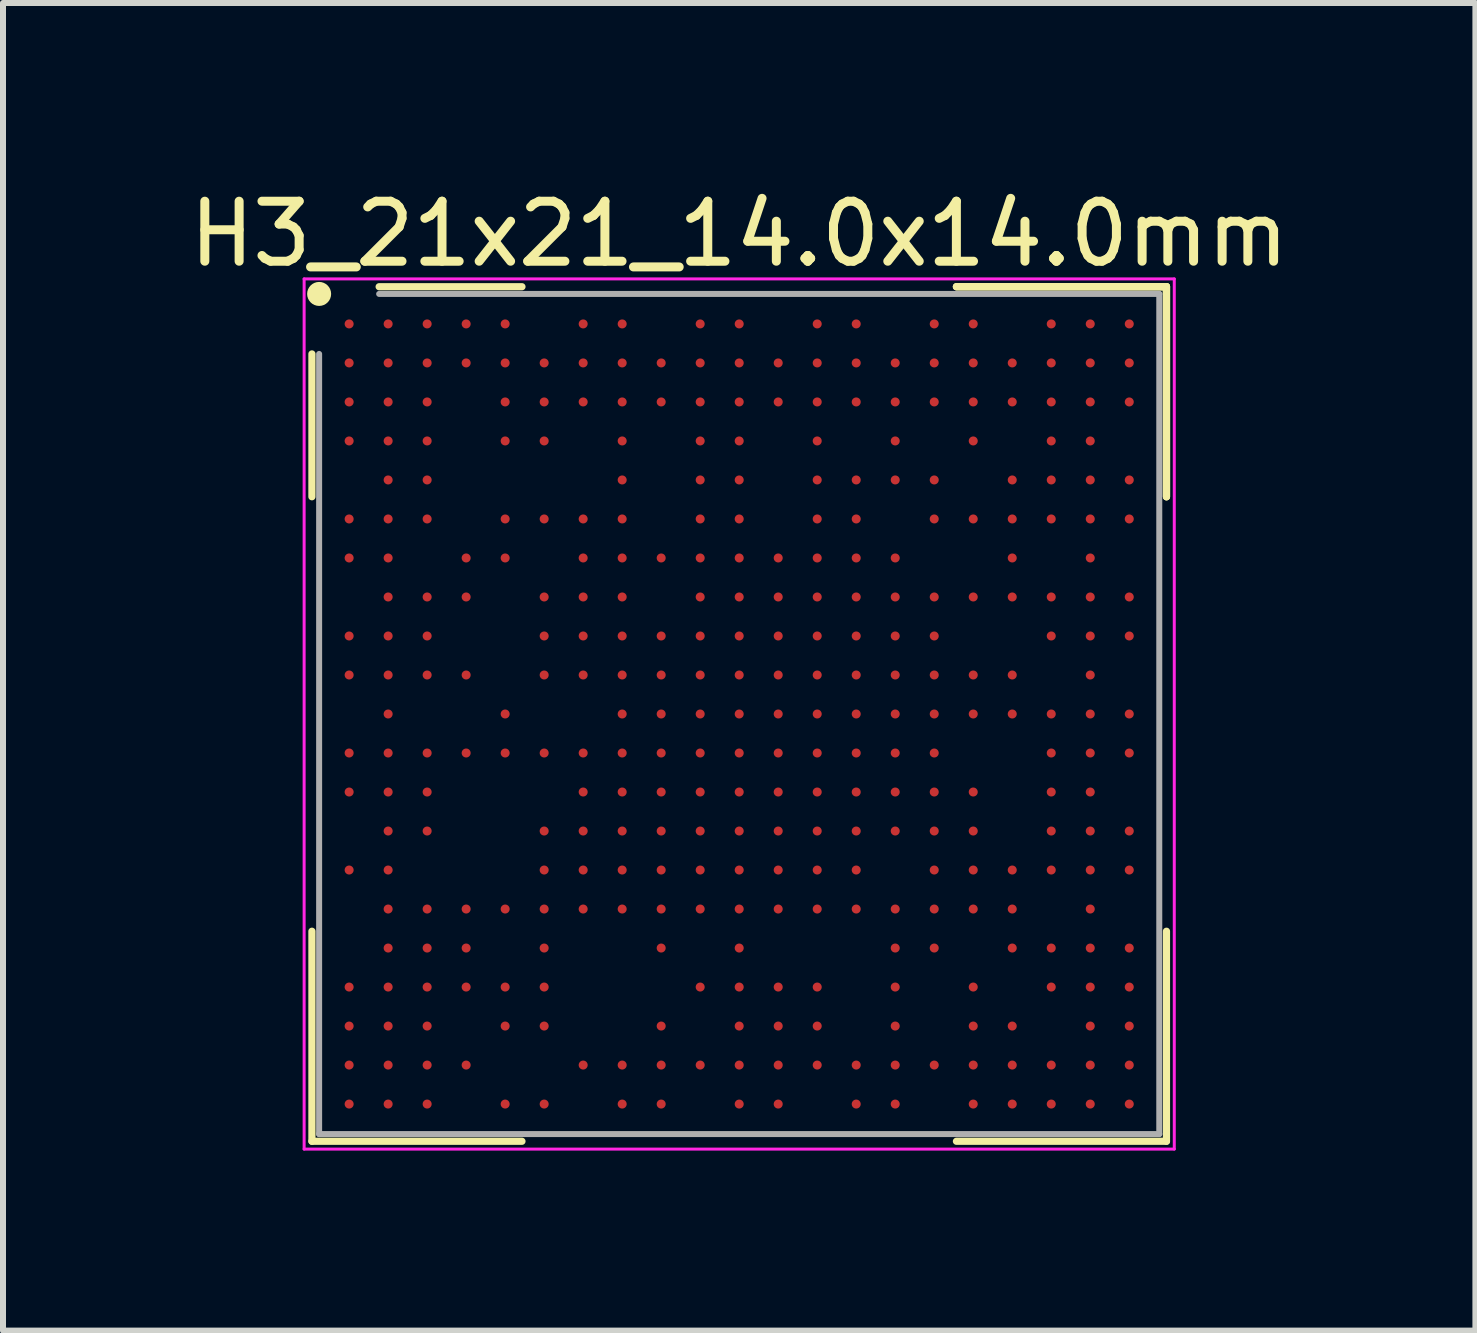
<source format=kicad_pcb>
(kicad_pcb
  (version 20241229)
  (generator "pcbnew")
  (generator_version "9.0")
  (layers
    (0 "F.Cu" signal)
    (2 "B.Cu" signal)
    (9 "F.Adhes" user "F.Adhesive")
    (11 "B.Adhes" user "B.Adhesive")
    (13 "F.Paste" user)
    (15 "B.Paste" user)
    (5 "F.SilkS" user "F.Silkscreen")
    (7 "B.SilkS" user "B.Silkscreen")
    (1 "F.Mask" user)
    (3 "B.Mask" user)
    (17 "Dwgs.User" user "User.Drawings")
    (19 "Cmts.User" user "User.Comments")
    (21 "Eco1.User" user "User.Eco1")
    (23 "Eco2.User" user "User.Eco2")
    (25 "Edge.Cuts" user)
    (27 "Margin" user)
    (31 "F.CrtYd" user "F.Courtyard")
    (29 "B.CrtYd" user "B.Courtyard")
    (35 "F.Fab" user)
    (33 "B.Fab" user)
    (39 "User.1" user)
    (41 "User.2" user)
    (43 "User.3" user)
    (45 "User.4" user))
  (footprint "H3_21x21_14.0x14.0mm"
    (layer "F.Cu")
    (at 9.268 8.848)
    (property "Reference" "H3_21x21_14.0x14.0mm" (at 0 -8 0) (layer "F.SilkS") (effects (font (size 1 1) (thickness 0.15))))
    (attr smd)
    (fp_line (start -7.12 -6) (end -7.12 -3.62) (stroke (width 0.12) (type solid)) (layer "F.SilkS"))
    (fp_line (start -7.12 7.12) (end -7.12 3.62) (stroke (width 0.12) (type solid)) (layer "F.SilkS"))
    (fp_line (start -3.62 -7.12) (end -6 -7.12) (stroke (width 0.12) (type solid)) (layer "F.SilkS"))
    (fp_line (start -3.62 7.12) (end -7.12 7.12) (stroke (width 0.12) (type solid)) (layer "F.SilkS"))
    (fp_line (start 3.62 -7.12) (end 7.12 -7.12) (stroke (width 0.12) (type solid)) (layer "F.SilkS"))
    (fp_line (start 3.62 -7.12) (end 7.12 -7.12) (stroke (width 0.12) (type solid)) (layer "F.SilkS"))
    (fp_line (start 3.62 -7.12) (end 7.12 -7.12) (stroke (width 0.12) (type solid)) (layer "F.SilkS"))
    (fp_line (start 3.62 7.12) (end 7.12 7.12) (stroke (width 0.12) (type solid)) (layer "F.SilkS"))
    (fp_line (start 7.12 -7.12) (end 7.12 -3.62) (stroke (width 0.12) (type solid)) (layer "F.SilkS"))
    (fp_line (start 7.12 -7.12) (end 7.12 -3.62) (stroke (width 0.12) (type solid)) (layer "F.SilkS"))
    (fp_line (start 7.12 -7.12) (end 7.12 -3.62) (stroke (width 0.12) (type solid)) (layer "F.SilkS"))
    (fp_line (start 7.12 7.12) (end 7.12 3.62) (stroke (width 0.12) (type solid)) (layer "F.SilkS"))
    (fp_circle (center -7 -7) (end -7 -6.9) (stroke (width 0.2) (type solid)) (fill no) (layer "F.SilkS"))
    (fp_line (start -7.25 -7.25) (end 7.25 -7.25) (stroke (width 0.05) (type solid)) (layer "F.CrtYd"))
    (fp_line (start -7.25 7.25) (end -7.25 -7.25) (stroke (width 0.05) (type solid)) (layer "F.CrtYd"))
    (fp_line (start 7.25 -7.25) (end 7.25 7.25) (stroke (width 0.05) (type solid)) (layer "F.CrtYd"))
    (fp_line (start 7.25 7.25) (end -7.25 7.25) (stroke (width 0.05) (type solid)) (layer "F.CrtYd"))
    (fp_line (start -7 -6) (end -7 7) (stroke (width 0.1) (type solid)) (layer "F.Fab"))
    (fp_line (start -7 7) (end 7 7) (stroke (width 0.1) (type solid)) (layer "F.Fab"))
    (fp_line (start 7 -7) (end -6 -7) (stroke (width 0.1) (type solid)) (layer "F.Fab"))
    (fp_line (start 7 7) (end 7 -7) (stroke (width 0.1) (type solid)) (layer "F.Fab"))
    (pad "A1" smd circle (at -6.5 -6.5) (size 0.15 0.15) (layers "F.Cu" "F.Mask" "F.Paste"))
    (pad "A2" smd circle (at -5.85 -6.5) (size 0.15 0.15) (layers "F.Cu" "F.Mask" "F.Paste"))
    (pad "A3" smd circle (at -5.2 -6.5) (size 0.15 0.15) (layers "F.Cu" "F.Mask" "F.Paste"))
    (pad "A4" smd circle (at -4.55 -6.5) (size 0.15 0.15) (layers "F.Cu" "F.Mask" "F.Paste"))
    (pad "A5" smd circle (at -3.9 -6.5) (size 0.15 0.15) (layers "F.Cu" "F.Mask" "F.Paste"))
    (pad "A7" smd circle (at -2.6 -6.5) (size 0.15 0.15) (layers "F.Cu" "F.Mask" "F.Paste"))
    (pad "A8" smd circle (at -1.95 -6.5) (size 0.15 0.15) (layers "F.Cu" "F.Mask" "F.Paste"))
    (pad "A10" smd circle (at -0.65 -6.5) (size 0.15 0.15) (layers "F.Cu" "F.Mask" "F.Paste"))
    (pad "A11" smd circle (at 0 -6.5) (size 0.15 0.15) (layers "F.Cu" "F.Mask" "F.Paste"))
    (pad "A13" smd circle (at 1.3 -6.5) (size 0.15 0.15) (layers "F.Cu" "F.Mask" "F.Paste"))
    (pad "A14" smd circle (at 1.95 -6.5) (size 0.15 0.15) (layers "F.Cu" "F.Mask" "F.Paste"))
    (pad "A16" smd circle (at 3.25 -6.5) (size 0.15 0.15) (layers "F.Cu" "F.Mask" "F.Paste"))
    (pad "A17" smd circle (at 3.9 -6.5) (size 0.15 0.15) (layers "F.Cu" "F.Mask" "F.Paste"))
    (pad "A19" smd circle (at 5.2 -6.5) (size 0.15 0.15) (layers "F.Cu" "F.Mask" "F.Paste"))
    (pad "A20" smd circle (at 5.85 -6.5) (size 0.15 0.15) (layers "F.Cu" "F.Mask" "F.Paste"))
    (pad "A21" smd circle (at 6.5 -6.5) (size 0.15 0.15) (layers "F.Cu" "F.Mask" "F.Paste"))
    (pad "AA1" smd circle (at -6.5 6.5) (size 0.15 0.15) (layers "F.Cu" "F.Mask" "F.Paste"))
    (pad "AA2" smd circle (at -5.85 6.5) (size 0.15 0.15) (layers "F.Cu" "F.Mask" "F.Paste"))
    (pad "AA3" smd circle (at -5.2 6.5) (size 0.15 0.15) (layers "F.Cu" "F.Mask" "F.Paste"))
    (pad "AA5" smd circle (at -3.9 6.5) (size 0.15 0.15) (layers "F.Cu" "F.Mask" "F.Paste"))
    (pad "AA6" smd circle (at -3.25 6.5) (size 0.15 0.15) (layers "F.Cu" "F.Mask" "F.Paste"))
    (pad "AA8" smd circle (at -1.95 6.5) (size 0.15 0.15) (layers "F.Cu" "F.Mask" "F.Paste"))
    (pad "AA9" smd circle (at -1.3 6.5) (size 0.15 0.15) (layers "F.Cu" "F.Mask" "F.Paste"))
    (pad "AA11" smd circle (at 0 6.5) (size 0.15 0.15) (layers "F.Cu" "F.Mask" "F.Paste"))
    (pad "AA12" smd circle (at 0.65 6.5) (size 0.15 0.15) (layers "F.Cu" "F.Mask" "F.Paste"))
    (pad "AA14" smd circle (at 1.95 6.5) (size 0.15 0.15) (layers "F.Cu" "F.Mask" "F.Paste"))
    (pad "AA15" smd circle (at 2.6 6.5) (size 0.15 0.15) (layers "F.Cu" "F.Mask" "F.Paste"))
    (pad "AA17" smd circle (at 3.9 6.5) (size 0.15 0.15) (layers "F.Cu" "F.Mask" "F.Paste"))
    (pad "AA18" smd circle (at 4.55 6.5) (size 0.15 0.15) (layers "F.Cu" "F.Mask" "F.Paste"))
    (pad "AA19" smd circle (at 5.2 6.5) (size 0.15 0.15) (layers "F.Cu" "F.Mask" "F.Paste"))
    (pad "AA20" smd circle (at 5.85 6.5) (size 0.15 0.15) (layers "F.Cu" "F.Mask" "F.Paste"))
    (pad "AA21" smd circle (at 6.5 6.5) (size 0.15 0.15) (layers "F.Cu" "F.Mask" "F.Paste"))
    (pad "B1" smd circle (at -6.5 -5.85) (size 0.15 0.15) (layers "F.Cu" "F.Mask" "F.Paste"))
    (pad "B2" smd circle (at -5.85 -5.85) (size 0.15 0.15) (layers "F.Cu" "F.Mask" "F.Paste"))
    (pad "B3" smd circle (at -5.2 -5.85) (size 0.15 0.15) (layers "F.Cu" "F.Mask" "F.Paste"))
    (pad "B4" smd circle (at -4.55 -5.85) (size 0.15 0.15) (layers "F.Cu" "F.Mask" "F.Paste"))
    (pad "B5" smd circle (at -3.9 -5.85) (size 0.15 0.15) (layers "F.Cu" "F.Mask" "F.Paste"))
    (pad "B6" smd circle (at -3.25 -5.85) (size 0.15 0.15) (layers "F.Cu" "F.Mask" "F.Paste"))
    (pad "B7" smd circle (at -2.6 -5.85) (size 0.15 0.15) (layers "F.Cu" "F.Mask" "F.Paste"))
    (pad "B8" smd circle (at -1.95 -5.85) (size 0.15 0.15) (layers "F.Cu" "F.Mask" "F.Paste"))
    (pad "B9" smd circle (at -1.3 -5.85) (size 0.15 0.15) (layers "F.Cu" "F.Mask" "F.Paste"))
    (pad "B10" smd circle (at -0.65 -5.85) (size 0.15 0.15) (layers "F.Cu" "F.Mask" "F.Paste"))
    (pad "B11" smd circle (at 0 -5.85) (size 0.15 0.15) (layers "F.Cu" "F.Mask" "F.Paste"))
    (pad "B12" smd circle (at 0.65 -5.85) (size 0.15 0.15) (layers "F.Cu" "F.Mask" "F.Paste"))
    (pad "B13" smd circle (at 1.3 -5.85) (size 0.15 0.15) (layers "F.Cu" "F.Mask" "F.Paste"))
    (pad "B14" smd circle (at 1.95 -5.85) (size 0.15 0.15) (layers "F.Cu" "F.Mask" "F.Paste"))
    (pad "B15" smd circle (at 2.6 -5.85) (size 0.15 0.15) (layers "F.Cu" "F.Mask" "F.Paste"))
    (pad "B16" smd circle (at 3.25 -5.85) (size 0.15 0.15) (layers "F.Cu" "F.Mask" "F.Paste"))
    (pad "B17" smd circle (at 3.9 -5.85) (size 0.15 0.15) (layers "F.Cu" "F.Mask" "F.Paste"))
    (pad "B18" smd circle (at 4.55 -5.85) (size 0.15 0.15) (layers "F.Cu" "F.Mask" "F.Paste"))
    (pad "B19" smd circle (at 5.2 -5.85) (size 0.15 0.15) (layers "F.Cu" "F.Mask" "F.Paste"))
    (pad "B20" smd circle (at 5.85 -5.85) (size 0.15 0.15) (layers "F.Cu" "F.Mask" "F.Paste"))
    (pad "B21" smd circle (at 6.5 -5.85) (size 0.15 0.15) (layers "F.Cu" "F.Mask" "F.Paste"))
    (pad "C1" smd circle (at -6.5 -5.2) (size 0.15 0.15) (layers "F.Cu" "F.Mask" "F.Paste"))
    (pad "C2" smd circle (at -5.85 -5.2) (size 0.15 0.15) (layers "F.Cu" "F.Mask" "F.Paste"))
    (pad "C3" smd circle (at -5.2 -5.2) (size 0.15 0.15) (layers "F.Cu" "F.Mask" "F.Paste"))
    (pad "C5" smd circle (at -3.9 -5.2) (size 0.15 0.15) (layers "F.Cu" "F.Mask" "F.Paste"))
    (pad "C6" smd circle (at -3.25 -5.2) (size 0.15 0.15) (layers "F.Cu" "F.Mask" "F.Paste"))
    (pad "C7" smd circle (at -2.6 -5.2) (size 0.15 0.15) (layers "F.Cu" "F.Mask" "F.Paste"))
    (pad "C8" smd circle (at -1.95 -5.2) (size 0.15 0.15) (layers "F.Cu" "F.Mask" "F.Paste"))
    (pad "C9" smd circle (at -1.3 -5.2) (size 0.15 0.15) (layers "F.Cu" "F.Mask" "F.Paste"))
    (pad "C10" smd circle (at -0.65 -5.2) (size 0.15 0.15) (layers "F.Cu" "F.Mask" "F.Paste"))
    (pad "C11" smd circle (at 0 -5.2) (size 0.15 0.15) (layers "F.Cu" "F.Mask" "F.Paste"))
    (pad "C12" smd circle (at 0.65 -5.2) (size 0.15 0.15) (layers "F.Cu" "F.Mask" "F.Paste"))
    (pad "C13" smd circle (at 1.3 -5.2) (size 0.15 0.15) (layers "F.Cu" "F.Mask" "F.Paste"))
    (pad "C14" smd circle (at 1.95 -5.2) (size 0.15 0.15) (layers "F.Cu" "F.Mask" "F.Paste"))
    (pad "C15" smd circle (at 2.6 -5.2) (size 0.15 0.15) (layers "F.Cu" "F.Mask" "F.Paste"))
    (pad "C16" smd circle (at 3.25 -5.2) (size 0.15 0.15) (layers "F.Cu" "F.Mask" "F.Paste"))
    (pad "C17" smd circle (at 3.9 -5.2) (size 0.15 0.15) (layers "F.Cu" "F.Mask" "F.Paste"))
    (pad "C18" smd circle (at 4.55 -5.2) (size 0.15 0.15) (layers "F.Cu" "F.Mask" "F.Paste"))
    (pad "C19" smd circle (at 5.2 -5.2) (size 0.15 0.15) (layers "F.Cu" "F.Mask" "F.Paste"))
    (pad "C20" smd circle (at 5.85 -5.2) (size 0.15 0.15) (layers "F.Cu" "F.Mask" "F.Paste"))
    (pad "C21" smd circle (at 6.5 -5.2) (size 0.15 0.15) (layers "F.Cu" "F.Mask" "F.Paste"))
    (pad "D1" smd circle (at -6.5 -4.55) (size 0.15 0.15) (layers "F.Cu" "F.Mask" "F.Paste"))
    (pad "D2" smd circle (at -5.85 -4.55) (size 0.15 0.15) (layers "F.Cu" "F.Mask" "F.Paste"))
    (pad "D3" smd circle (at -5.2 -4.55) (size 0.15 0.15) (layers "F.Cu" "F.Mask" "F.Paste"))
    (pad "D5" smd circle (at -3.9 -4.55) (size 0.15 0.15) (layers "F.Cu" "F.Mask" "F.Paste"))
    (pad "D6" smd circle (at -3.25 -4.55) (size 0.15 0.15) (layers "F.Cu" "F.Mask" "F.Paste"))
    (pad "D8" smd circle (at -1.95 -4.55) (size 0.15 0.15) (layers "F.Cu" "F.Mask" "F.Paste"))
    (pad "D10" smd circle (at -0.65 -4.55) (size 0.15 0.15) (layers "F.Cu" "F.Mask" "F.Paste"))
    (pad "D11" smd circle (at 0 -4.55) (size 0.15 0.15) (layers "F.Cu" "F.Mask" "F.Paste"))
    (pad "D13" smd circle (at 1.3 -4.55) (size 0.15 0.15) (layers "F.Cu" "F.Mask" "F.Paste"))
    (pad "D15" smd circle (at 2.6 -4.55) (size 0.15 0.15) (layers "F.Cu" "F.Mask" "F.Paste"))
    (pad "D17" smd circle (at 3.9 -4.55) (size 0.15 0.15) (layers "F.Cu" "F.Mask" "F.Paste"))
    (pad "D19" smd circle (at 5.2 -4.55) (size 0.15 0.15) (layers "F.Cu" "F.Mask" "F.Paste"))
    (pad "D20" smd circle (at 5.85 -4.55) (size 0.15 0.15) (layers "F.Cu" "F.Mask" "F.Paste"))
    (pad "E2" smd circle (at -5.85 -3.9) (size 0.15 0.15) (layers "F.Cu" "F.Mask" "F.Paste"))
    (pad "E3" smd circle (at -5.2 -3.9) (size 0.15 0.15) (layers "F.Cu" "F.Mask" "F.Paste"))
    (pad "E8" smd circle (at -1.95 -3.9) (size 0.15 0.15) (layers "F.Cu" "F.Mask" "F.Paste"))
    (pad "E10" smd circle (at -0.65 -3.9) (size 0.15 0.15) (layers "F.Cu" "F.Mask" "F.Paste"))
    (pad "E11" smd circle (at 0 -3.9) (size 0.15 0.15) (layers "F.Cu" "F.Mask" "F.Paste"))
    (pad "E13" smd circle (at 1.3 -3.9) (size 0.15 0.15) (layers "F.Cu" "F.Mask" "F.Paste"))
    (pad "E14" smd circle (at 1.95 -3.9) (size 0.15 0.15) (layers "F.Cu" "F.Mask" "F.Paste"))
    (pad "E15" smd circle (at 2.6 -3.9) (size 0.15 0.15) (layers "F.Cu" "F.Mask" "F.Paste"))
    (pad "E16" smd circle (at 3.25 -3.9) (size 0.15 0.15) (layers "F.Cu" "F.Mask" "F.Paste"))
    (pad "E18" smd circle (at 4.55 -3.9) (size 0.15 0.15) (layers "F.Cu" "F.Mask" "F.Paste"))
    (pad "E19" smd circle (at 5.2 -3.9) (size 0.15 0.15) (layers "F.Cu" "F.Mask" "F.Paste"))
    (pad "E20" smd circle (at 5.85 -3.9) (size 0.15 0.15) (layers "F.Cu" "F.Mask" "F.Paste"))
    (pad "E21" smd circle (at 6.5 -3.9) (size 0.15 0.15) (layers "F.Cu" "F.Mask" "F.Paste"))
    (pad "F1" smd circle (at -6.5 -3.25) (size 0.15 0.15) (layers "F.Cu" "F.Mask" "F.Paste"))
    (pad "F2" smd circle (at -5.85 -3.25) (size 0.15 0.15) (layers "F.Cu" "F.Mask" "F.Paste"))
    (pad "F3" smd circle (at -5.2 -3.25) (size 0.15 0.15) (layers "F.Cu" "F.Mask" "F.Paste"))
    (pad "F5" smd circle (at -3.9 -3.25) (size 0.15 0.15) (layers "F.Cu" "F.Mask" "F.Paste"))
    (pad "F6" smd circle (at -3.25 -3.25) (size 0.15 0.15) (layers "F.Cu" "F.Mask" "F.Paste"))
    (pad "F7" smd circle (at -2.6 -3.25) (size 0.15 0.15) (layers "F.Cu" "F.Mask" "F.Paste"))
    (pad "F8" smd circle (at -1.95 -3.25) (size 0.15 0.15) (layers "F.Cu" "F.Mask" "F.Paste"))
    (pad "F10" smd circle (at -0.65 -3.25) (size 0.15 0.15) (layers "F.Cu" "F.Mask" "F.Paste"))
    (pad "F11" smd circle (at 0 -3.25) (size 0.15 0.15) (layers "F.Cu" "F.Mask" "F.Paste"))
    (pad "F13" smd circle (at 1.3 -3.25) (size 0.15 0.15) (layers "F.Cu" "F.Mask" "F.Paste"))
    (pad "F14" smd circle (at 1.95 -3.25) (size 0.15 0.15) (layers "F.Cu" "F.Mask" "F.Paste"))
    (pad "F16" smd circle (at 3.25 -3.25) (size 0.15 0.15) (layers "F.Cu" "F.Mask" "F.Paste"))
    (pad "F17" smd circle (at 3.9 -3.25) (size 0.15 0.15) (layers "F.Cu" "F.Mask" "F.Paste"))
    (pad "F18" smd circle (at 4.55 -3.25) (size 0.15 0.15) (layers "F.Cu" "F.Mask" "F.Paste"))
    (pad "F19" smd circle (at 5.2 -3.25) (size 0.15 0.15) (layers "F.Cu" "F.Mask" "F.Paste"))
    (pad "F20" smd circle (at 5.85 -3.25) (size 0.15 0.15) (layers "F.Cu" "F.Mask" "F.Paste"))
    (pad "F21" smd circle (at 6.5 -3.25) (size 0.15 0.15) (layers "F.Cu" "F.Mask" "F.Paste"))
    (pad "G1" smd circle (at -6.5 -2.6) (size 0.15 0.15) (layers "F.Cu" "F.Mask" "F.Paste"))
    (pad "G2" smd circle (at -5.85 -2.6) (size 0.15 0.15) (layers "F.Cu" "F.Mask" "F.Paste"))
    (pad "G4" smd circle (at -4.55 -2.6) (size 0.15 0.15) (layers "F.Cu" "F.Mask" "F.Paste"))
    (pad "G5" smd circle (at -3.9 -2.6) (size 0.15 0.15) (layers "F.Cu" "F.Mask" "F.Paste"))
    (pad "G7" smd circle (at -2.6 -2.6) (size 0.15 0.15) (layers "F.Cu" "F.Mask" "F.Paste"))
    (pad "G8" smd circle (at -1.95 -2.6) (size 0.15 0.15) (layers "F.Cu" "F.Mask" "F.Paste"))
    (pad "G9" smd circle (at -1.3 -2.6) (size 0.15 0.15) (layers "F.Cu" "F.Mask" "F.Paste"))
    (pad "G10" smd circle (at -0.65 -2.6) (size 0.15 0.15) (layers "F.Cu" "F.Mask" "F.Paste"))
    (pad "G11" smd circle (at 0 -2.6) (size 0.15 0.15) (layers "F.Cu" "F.Mask" "F.Paste"))
    (pad "G12" smd circle (at 0.65 -2.6) (size 0.15 0.15) (layers "F.Cu" "F.Mask" "F.Paste"))
    (pad "G13" smd circle (at 1.3 -2.6) (size 0.15 0.15) (layers "F.Cu" "F.Mask" "F.Paste"))
    (pad "G14" smd circle (at 1.95 -2.6) (size 0.15 0.15) (layers "F.Cu" "F.Mask" "F.Paste"))
    (pad "G15" smd circle (at 2.6 -2.6) (size 0.15 0.15) (layers "F.Cu" "F.Mask" "F.Paste"))
    (pad "G18" smd circle (at 4.55 -2.6) (size 0.15 0.15) (layers "F.Cu" "F.Mask" "F.Paste"))
    (pad "G20" smd circle (at 5.85 -2.6) (size 0.15 0.15) (layers "F.Cu" "F.Mask" "F.Paste"))
    (pad "H2" smd circle (at -5.85 -1.95) (size 0.15 0.15) (layers "F.Cu" "F.Mask" "F.Paste"))
    (pad "H3" smd circle (at -5.2 -1.95) (size 0.15 0.15) (layers "F.Cu" "F.Mask" "F.Paste"))
    (pad "H4" smd circle (at -4.55 -1.95) (size 0.15 0.15) (layers "F.Cu" "F.Mask" "F.Paste"))
    (pad "H6" smd circle (at -3.25 -1.95) (size 0.15 0.15) (layers "F.Cu" "F.Mask" "F.Paste"))
    (pad "H7" smd circle (at -2.6 -1.95) (size 0.15 0.15) (layers "F.Cu" "F.Mask" "F.Paste"))
    (pad "H8" smd circle (at -1.95 -1.95) (size 0.15 0.15) (layers "F.Cu" "F.Mask" "F.Paste"))
    (pad "H10" smd circle (at -0.65 -1.95) (size 0.15 0.15) (layers "F.Cu" "F.Mask" "F.Paste"))
    (pad "H11" smd circle (at 0 -1.95) (size 0.15 0.15) (layers "F.Cu" "F.Mask" "F.Paste"))
    (pad "H12" smd circle (at 0.65 -1.95) (size 0.15 0.15) (layers "F.Cu" "F.Mask" "F.Paste"))
    (pad "H13" smd circle (at 1.3 -1.95) (size 0.15 0.15) (layers "F.Cu" "F.Mask" "F.Paste"))
    (pad "H14" smd circle (at 1.95 -1.95) (size 0.15 0.15) (layers "F.Cu" "F.Mask" "F.Paste"))
    (pad "H15" smd circle (at 2.6 -1.95) (size 0.15 0.15) (layers "F.Cu" "F.Mask" "F.Paste"))
    (pad "H16" smd circle (at 3.25 -1.95) (size 0.15 0.15) (layers "F.Cu" "F.Mask" "F.Paste"))
    (pad "H17" smd circle (at 3.9 -1.95) (size 0.15 0.15) (layers "F.Cu" "F.Mask" "F.Paste"))
    (pad "H18" smd circle (at 4.55 -1.95) (size 0.15 0.15) (layers "F.Cu" "F.Mask" "F.Paste"))
    (pad "H19" smd circle (at 5.2 -1.95) (size 0.15 0.15) (layers "F.Cu" "F.Mask" "F.Paste"))
    (pad "H20" smd circle (at 5.85 -1.95) (size 0.15 0.15) (layers "F.Cu" "F.Mask" "F.Paste"))
    (pad "H21" smd circle (at 6.5 -1.95) (size 0.15 0.15) (layers "F.Cu" "F.Mask" "F.Paste"))
    (pad "J1" smd circle (at -6.5 -1.3) (size 0.15 0.15) (layers "F.Cu" "F.Mask" "F.Paste"))
    (pad "J2" smd circle (at -5.85 -1.3) (size 0.15 0.15) (layers "F.Cu" "F.Mask" "F.Paste"))
    (pad "J3" smd circle (at -5.2 -1.3) (size 0.15 0.15) (layers "F.Cu" "F.Mask" "F.Paste"))
    (pad "J6" smd circle (at -3.25 -1.3) (size 0.15 0.15) (layers "F.Cu" "F.Mask" "F.Paste"))
    (pad "J7" smd circle (at -2.6 -1.3) (size 0.15 0.15) (layers "F.Cu" "F.Mask" "F.Paste"))
    (pad "J8" smd circle (at -1.95 -1.3) (size 0.15 0.15) (layers "F.Cu" "F.Mask" "F.Paste"))
    (pad "J9" smd circle (at -1.3 -1.3) (size 0.15 0.15) (layers "F.Cu" "F.Mask" "F.Paste"))
    (pad "J10" smd circle (at -0.65 -1.3) (size 0.15 0.15) (layers "F.Cu" "F.Mask" "F.Paste"))
    (pad "J11" smd circle (at 0 -1.3) (size 0.15 0.15) (layers "F.Cu" "F.Mask" "F.Paste"))
    (pad "J12" smd circle (at 0.65 -1.3) (size 0.15 0.15) (layers "F.Cu" "F.Mask" "F.Paste"))
    (pad "J13" smd circle (at 1.3 -1.3) (size 0.15 0.15) (layers "F.Cu" "F.Mask" "F.Paste"))
    (pad "J14" smd circle (at 1.95 -1.3) (size 0.15 0.15) (layers "F.Cu" "F.Mask" "F.Paste"))
    (pad "J15" smd circle (at 2.6 -1.3) (size 0.15 0.15) (layers "F.Cu" "F.Mask" "F.Paste"))
    (pad "J16" smd circle (at 3.25 -1.3) (size 0.15 0.15) (layers "F.Cu" "F.Mask" "F.Paste"))
    (pad "J19" smd circle (at 5.2 -1.3) (size 0.15 0.15) (layers "F.Cu" "F.Mask" "F.Paste"))
    (pad "J20" smd circle (at 5.85 -1.3) (size 0.15 0.15) (layers "F.Cu" "F.Mask" "F.Paste"))
    (pad "J21" smd circle (at 6.5 -1.3) (size 0.15 0.15) (layers "F.Cu" "F.Mask" "F.Paste"))
    (pad "K1" smd circle (at -6.5 -0.65) (size 0.15 0.15) (layers "F.Cu" "F.Mask" "F.Paste"))
    (pad "K2" smd circle (at -5.85 -0.65) (size 0.15 0.15) (layers "F.Cu" "F.Mask" "F.Paste"))
    (pad "K3" smd circle (at -5.2 -0.65) (size 0.15 0.15) (layers "F.Cu" "F.Mask" "F.Paste"))
    (pad "K4" smd circle (at -4.55 -0.65) (size 0.15 0.15) (layers "F.Cu" "F.Mask" "F.Paste"))
    (pad "K6" smd circle (at -3.25 -0.65) (size 0.15 0.15) (layers "F.Cu" "F.Mask" "F.Paste"))
    (pad "K7" smd circle (at -2.6 -0.65) (size 0.15 0.15) (layers "F.Cu" "F.Mask" "F.Paste"))
    (pad "K8" smd circle (at -1.95 -0.65) (size 0.15 0.15) (layers "F.Cu" "F.Mask" "F.Paste"))
    (pad "K9" smd circle (at -1.3 -0.65) (size 0.15 0.15) (layers "F.Cu" "F.Mask" "F.Paste"))
    (pad "K10" smd circle (at -0.65 -0.65) (size 0.15 0.15) (layers "F.Cu" "F.Mask" "F.Paste"))
    (pad "K11" smd circle (at 0 -0.65) (size 0.15 0.15) (layers "F.Cu" "F.Mask" "F.Paste"))
    (pad "K12" smd circle (at 0.65 -0.65) (size 0.15 0.15) (layers "F.Cu" "F.Mask" "F.Paste"))
    (pad "K13" smd circle (at 1.3 -0.65) (size 0.15 0.15) (layers "F.Cu" "F.Mask" "F.Paste"))
    (pad "K14" smd circle (at 1.95 -0.65) (size 0.15 0.15) (layers "F.Cu" "F.Mask" "F.Paste"))
    (pad "K15" smd circle (at 2.6 -0.65) (size 0.15 0.15) (layers "F.Cu" "F.Mask" "F.Paste"))
    (pad "K16" smd circle (at 3.25 -0.65) (size 0.15 0.15) (layers "F.Cu" "F.Mask" "F.Paste"))
    (pad "K17" smd circle (at 3.9 -0.65) (size 0.15 0.15) (layers "F.Cu" "F.Mask" "F.Paste"))
    (pad "K18" smd circle (at 4.55 -0.65) (size 0.15 0.15) (layers "F.Cu" "F.Mask" "F.Paste"))
    (pad "K20" smd circle (at 5.85 -0.65) (size 0.15 0.15) (layers "F.Cu" "F.Mask" "F.Paste"))
    (pad "L2" smd circle (at -5.85 0) (size 0.15 0.15) (layers "F.Cu" "F.Mask" "F.Paste"))
    (pad "L5" smd circle (at -3.9 0) (size 0.15 0.15) (layers "F.Cu" "F.Mask" "F.Paste"))
    (pad "L8" smd circle (at -1.95 0) (size 0.15 0.15) (layers "F.Cu" "F.Mask" "F.Paste"))
    (pad "L9" smd circle (at -1.3 0) (size 0.15 0.15) (layers "F.Cu" "F.Mask" "F.Paste"))
    (pad "L10" smd circle (at -0.65 0) (size 0.15 0.15) (layers "F.Cu" "F.Mask" "F.Paste"))
    (pad "L11" smd circle (at 0 0) (size 0.15 0.15) (layers "F.Cu" "F.Mask" "F.Paste"))
    (pad "L12" smd circle (at 0.65 0) (size 0.15 0.15) (layers "F.Cu" "F.Mask" "F.Paste"))
    (pad "L13" smd circle (at 1.3 0) (size 0.15 0.15) (layers "F.Cu" "F.Mask" "F.Paste"))
    (pad "L14" smd circle (at 1.95 0) (size 0.15 0.15) (layers "F.Cu" "F.Mask" "F.Paste"))
    (pad "L15" smd circle (at 2.6 0) (size 0.15 0.15) (layers "F.Cu" "F.Mask" "F.Paste"))
    (pad "L16" smd circle (at 3.25 0) (size 0.15 0.15) (layers "F.Cu" "F.Mask" "F.Paste"))
    (pad "L17" smd circle (at 3.9 0) (size 0.15 0.15) (layers "F.Cu" "F.Mask" "F.Paste"))
    (pad "L18" smd circle (at 4.55 0) (size 0.15 0.15) (layers "F.Cu" "F.Mask" "F.Paste"))
    (pad "L19" smd circle (at 5.2 0) (size 0.15 0.15) (layers "F.Cu" "F.Mask" "F.Paste"))
    (pad "L20" smd circle (at 5.85 0) (size 0.15 0.15) (layers "F.Cu" "F.Mask" "F.Paste"))
    (pad "L21" smd circle (at 6.5 0) (size 0.15 0.15) (layers "F.Cu" "F.Mask" "F.Paste"))
    (pad "M1" smd circle (at -6.5 0.65) (size 0.15 0.15) (layers "F.Cu" "F.Mask" "F.Paste"))
    (pad "M2" smd circle (at -5.85 0.65) (size 0.15 0.15) (layers "F.Cu" "F.Mask" "F.Paste"))
    (pad "M3" smd circle (at -5.2 0.65) (size 0.15 0.15) (layers "F.Cu" "F.Mask" "F.Paste"))
    (pad "M4" smd circle (at -4.55 0.65) (size 0.15 0.15) (layers "F.Cu" "F.Mask" "F.Paste"))
    (pad "M5" smd circle (at -3.9 0.65) (size 0.15 0.15) (layers "F.Cu" "F.Mask" "F.Paste"))
    (pad "M6" smd circle (at -3.25 0.65) (size 0.15 0.15) (layers "F.Cu" "F.Mask" "F.Paste"))
    (pad "M7" smd circle (at -2.6 0.65) (size 0.15 0.15) (layers "F.Cu" "F.Mask" "F.Paste"))
    (pad "M8" smd circle (at -1.95 0.65) (size 0.15 0.15) (layers "F.Cu" "F.Mask" "F.Paste"))
    (pad "M9" smd circle (at -1.3 0.65) (size 0.15 0.15) (layers "F.Cu" "F.Mask" "F.Paste"))
    (pad "M10" smd circle (at -0.65 0.65) (size 0.15 0.15) (layers "F.Cu" "F.Mask" "F.Paste"))
    (pad "M11" smd circle (at 0 0.65) (size 0.15 0.15) (layers "F.Cu" "F.Mask" "F.Paste"))
    (pad "M12" smd circle (at 0.65 0.65) (size 0.15 0.15) (layers "F.Cu" "F.Mask" "F.Paste"))
    (pad "M13" smd circle (at 1.3 0.65) (size 0.15 0.15) (layers "F.Cu" "F.Mask" "F.Paste"))
    (pad "M14" smd circle (at 1.95 0.65) (size 0.15 0.15) (layers "F.Cu" "F.Mask" "F.Paste"))
    (pad "M15" smd circle (at 2.6 0.65) (size 0.15 0.15) (layers "F.Cu" "F.Mask" "F.Paste"))
    (pad "M16" smd circle (at 3.25 0.65) (size 0.15 0.15) (layers "F.Cu" "F.Mask" "F.Paste"))
    (pad "M19" smd circle (at 5.2 0.65) (size 0.15 0.15) (layers "F.Cu" "F.Mask" "F.Paste"))
    (pad "M20" smd circle (at 5.85 0.65) (size 0.15 0.15) (layers "F.Cu" "F.Mask" "F.Paste"))
    (pad "M21" smd circle (at 6.5 0.65) (size 0.15 0.15) (layers "F.Cu" "F.Mask" "F.Paste"))
    (pad "N1" smd circle (at -6.5 1.3) (size 0.15 0.15) (layers "F.Cu" "F.Mask" "F.Paste"))
    (pad "N2" smd circle (at -5.85 1.3) (size 0.15 0.15) (layers "F.Cu" "F.Mask" "F.Paste"))
    (pad "N3" smd circle (at -5.2 1.3) (size 0.15 0.15) (layers "F.Cu" "F.Mask" "F.Paste"))
    (pad "N7" smd circle (at -2.6 1.3) (size 0.15 0.15) (layers "F.Cu" "F.Mask" "F.Paste"))
    (pad "N8" smd circle (at -1.95 1.3) (size 0.15 0.15) (layers "F.Cu" "F.Mask" "F.Paste"))
    (pad "N9" smd circle (at -1.3 1.3) (size 0.15 0.15) (layers "F.Cu" "F.Mask" "F.Paste"))
    (pad "N10" smd circle (at -0.65 1.3) (size 0.15 0.15) (layers "F.Cu" "F.Mask" "F.Paste"))
    (pad "N11" smd circle (at 0 1.3) (size 0.15 0.15) (layers "F.Cu" "F.Mask" "F.Paste"))
    (pad "N12" smd circle (at 0.65 1.3) (size 0.15 0.15) (layers "F.Cu" "F.Mask" "F.Paste"))
    (pad "N13" smd circle (at 1.3 1.3) (size 0.15 0.15) (layers "F.Cu" "F.Mask" "F.Paste"))
    (pad "N14" smd circle (at 1.95 1.3) (size 0.15 0.15) (layers "F.Cu" "F.Mask" "F.Paste"))
    (pad "N15" smd circle (at 2.6 1.3) (size 0.15 0.15) (layers "F.Cu" "F.Mask" "F.Paste"))
    (pad "N16" smd circle (at 3.25 1.3) (size 0.15 0.15) (layers "F.Cu" "F.Mask" "F.Paste"))
    (pad "N17" smd circle (at 3.9 1.3) (size 0.15 0.15) (layers "F.Cu" "F.Mask" "F.Paste"))
    (pad "N19" smd circle (at 5.2 1.3) (size 0.15 0.15) (layers "F.Cu" "F.Mask" "F.Paste"))
    (pad "N20" smd circle (at 5.85 1.3) (size 0.15 0.15) (layers "F.Cu" "F.Mask" "F.Paste"))
    (pad "P2" smd circle (at -5.85 1.95) (size 0.15 0.15) (layers "F.Cu" "F.Mask" "F.Paste"))
    (pad "P3" smd circle (at -5.2 1.95) (size 0.15 0.15) (layers "F.Cu" "F.Mask" "F.Paste"))
    (pad "P6" smd circle (at -3.25 1.95) (size 0.15 0.15) (layers "F.Cu" "F.Mask" "F.Paste"))
    (pad "P7" smd circle (at -2.6 1.95) (size 0.15 0.15) (layers "F.Cu" "F.Mask" "F.Paste"))
    (pad "P8" smd circle (at -1.95 1.95) (size 0.15 0.15) (layers "F.Cu" "F.Mask" "F.Paste"))
    (pad "P9" smd circle (at -1.3 1.95) (size 0.15 0.15) (layers "F.Cu" "F.Mask" "F.Paste"))
    (pad "P10" smd circle (at -0.65 1.95) (size 0.15 0.15) (layers "F.Cu" "F.Mask" "F.Paste"))
    (pad "P11" smd circle (at 0 1.95) (size 0.15 0.15) (layers "F.Cu" "F.Mask" "F.Paste"))
    (pad "P12" smd circle (at 0.65 1.95) (size 0.15 0.15) (layers "F.Cu" "F.Mask" "F.Paste"))
    (pad "P13" smd circle (at 1.3 1.95) (size 0.15 0.15) (layers "F.Cu" "F.Mask" "F.Paste"))
    (pad "P14" smd circle (at 1.95 1.95) (size 0.15 0.15) (layers "F.Cu" "F.Mask" "F.Paste"))
    (pad "P15" smd circle (at 2.6 1.95) (size 0.15 0.15) (layers "F.Cu" "F.Mask" "F.Paste"))
    (pad "P16" smd circle (at 3.25 1.95) (size 0.15 0.15) (layers "F.Cu" "F.Mask" "F.Paste"))
    (pad "P17" smd circle (at 3.9 1.95) (size 0.15 0.15) (layers "F.Cu" "F.Mask" "F.Paste"))
    (pad "P19" smd circle (at 5.2 1.95) (size 0.15 0.15) (layers "F.Cu" "F.Mask" "F.Paste"))
    (pad "P20" smd circle (at 5.85 1.95) (size 0.15 0.15) (layers "F.Cu" "F.Mask" "F.Paste"))
    (pad "P21" smd circle (at 6.5 1.95) (size 0.15 0.15) (layers "F.Cu" "F.Mask" "F.Paste"))
    (pad "R1" smd circle (at -6.5 2.6) (size 0.15 0.15) (layers "F.Cu" "F.Mask" "F.Paste"))
    (pad "R2" smd circle (at -5.85 2.6) (size 0.15 0.15) (layers "F.Cu" "F.Mask" "F.Paste"))
    (pad "R6" smd circle (at -3.25 2.6) (size 0.15 0.15) (layers "F.Cu" "F.Mask" "F.Paste"))
    (pad "R7" smd circle (at -2.6 2.6) (size 0.15 0.15) (layers "F.Cu" "F.Mask" "F.Paste"))
    (pad "R8" smd circle (at -1.95 2.6) (size 0.15 0.15) (layers "F.Cu" "F.Mask" "F.Paste"))
    (pad "R9" smd circle (at -1.3 2.6) (size 0.15 0.15) (layers "F.Cu" "F.Mask" "F.Paste"))
    (pad "R10" smd circle (at -0.65 2.6) (size 0.15 0.15) (layers "F.Cu" "F.Mask" "F.Paste"))
    (pad "R11" smd circle (at 0 2.6) (size 0.15 0.15) (layers "F.Cu" "F.Mask" "F.Paste"))
    (pad "R12" smd circle (at 0.65 2.6) (size 0.15 0.15) (layers "F.Cu" "F.Mask" "F.Paste"))
    (pad "R13" smd circle (at 1.3 2.6) (size 0.15 0.15) (layers "F.Cu" "F.Mask" "F.Paste"))
    (pad "R14" smd circle (at 1.95 2.6) (size 0.15 0.15) (layers "F.Cu" "F.Mask" "F.Paste"))
    (pad "R16" smd circle (at 3.25 2.6) (size 0.15 0.15) (layers "F.Cu" "F.Mask" "F.Paste"))
    (pad "R17" smd circle (at 3.9 2.6) (size 0.15 0.15) (layers "F.Cu" "F.Mask" "F.Paste"))
    (pad "R18" smd circle (at 4.55 2.6) (size 0.15 0.15) (layers "F.Cu" "F.Mask" "F.Paste"))
    (pad "R19" smd circle (at 5.2 2.6) (size 0.15 0.15) (layers "F.Cu" "F.Mask" "F.Paste"))
    (pad "R20" smd circle (at 5.85 2.6) (size 0.15 0.15) (layers "F.Cu" "F.Mask" "F.Paste"))
    (pad "R21" smd circle (at 6.5 2.6) (size 0.15 0.15) (layers "F.Cu" "F.Mask" "F.Paste"))
    (pad "T2" smd circle (at -5.85 3.25) (size 0.15 0.15) (layers "F.Cu" "F.Mask" "F.Paste"))
    (pad "T3" smd circle (at -5.2 3.25) (size 0.15 0.15) (layers "F.Cu" "F.Mask" "F.Paste"))
    (pad "T4" smd circle (at -4.55 3.25) (size 0.15 0.15) (layers "F.Cu" "F.Mask" "F.Paste"))
    (pad "T5" smd circle (at -3.9 3.25) (size 0.15 0.15) (layers "F.Cu" "F.Mask" "F.Paste"))
    (pad "T6" smd circle (at -3.25 3.25) (size 0.15 0.15) (layers "F.Cu" "F.Mask" "F.Paste"))
    (pad "T7" smd circle (at -2.6 3.25) (size 0.15 0.15) (layers "F.Cu" "F.Mask" "F.Paste"))
    (pad "T8" smd circle (at -1.95 3.25) (size 0.15 0.15) (layers "F.Cu" "F.Mask" "F.Paste"))
    (pad "T9" smd circle (at -1.3 3.25) (size 0.15 0.15) (layers "F.Cu" "F.Mask" "F.Paste"))
    (pad "T10" smd circle (at -0.65 3.25) (size 0.15 0.15) (layers "F.Cu" "F.Mask" "F.Paste"))
    (pad "T11" smd circle (at 0 3.25) (size 0.15 0.15) (layers "F.Cu" "F.Mask" "F.Paste"))
    (pad "T12" smd circle (at 0.65 3.25) (size 0.15 0.15) (layers "F.Cu" "F.Mask" "F.Paste"))
    (pad "T13" smd circle (at 1.3 3.25) (size 0.15 0.15) (layers "F.Cu" "F.Mask" "F.Paste"))
    (pad "T14" smd circle (at 1.95 3.25) (size 0.15 0.15) (layers "F.Cu" "F.Mask" "F.Paste"))
    (pad "T15" smd circle (at 2.6 3.25) (size 0.15 0.15) (layers "F.Cu" "F.Mask" "F.Paste"))
    (pad "T16" smd circle (at 3.25 3.25) (size 0.15 0.15) (layers "F.Cu" "F.Mask" "F.Paste"))
    (pad "T17" smd circle (at 3.9 3.25) (size 0.15 0.15) (layers "F.Cu" "F.Mask" "F.Paste"))
    (pad "T18" smd circle (at 4.55 3.25) (size 0.15 0.15) (layers "F.Cu" "F.Mask" "F.Paste"))
    (pad "T20" smd circle (at 5.85 3.25) (size 0.15 0.15) (layers "F.Cu" "F.Mask" "F.Paste"))
    (pad "U2" smd circle (at -5.85 3.9) (size 0.15 0.15) (layers "F.Cu" "F.Mask" "F.Paste"))
    (pad "U3" smd circle (at -5.2 3.9) (size 0.15 0.15) (layers "F.Cu" "F.Mask" "F.Paste"))
    (pad "U4" smd circle (at -4.55 3.9) (size 0.15 0.15) (layers "F.Cu" "F.Mask" "F.Paste"))
    (pad "U6" smd circle (at -3.25 3.9) (size 0.15 0.15) (layers "F.Cu" "F.Mask" "F.Paste"))
    (pad "U9" smd circle (at -1.3 3.9) (size 0.15 0.15) (layers "F.Cu" "F.Mask" "F.Paste"))
    (pad "U11" smd circle (at 0 3.9) (size 0.15 0.15) (layers "F.Cu" "F.Mask" "F.Paste"))
    (pad "U15" smd circle (at 2.6 3.9) (size 0.15 0.15) (layers "F.Cu" "F.Mask" "F.Paste"))
    (pad "U16" smd circle (at 3.25 3.9) (size 0.15 0.15) (layers "F.Cu" "F.Mask" "F.Paste"))
    (pad "U18" smd circle (at 4.55 3.9) (size 0.15 0.15) (layers "F.Cu" "F.Mask" "F.Paste"))
    (pad "U19" smd circle (at 5.2 3.9) (size 0.15 0.15) (layers "F.Cu" "F.Mask" "F.Paste"))
    (pad "U20" smd circle (at 5.85 3.9) (size 0.15 0.15) (layers "F.Cu" "F.Mask" "F.Paste"))
    (pad "U21" smd circle (at 6.5 3.9) (size 0.15 0.15) (layers "F.Cu" "F.Mask" "F.Paste"))
    (pad "V1" smd circle (at -6.5 4.55) (size 0.15 0.15) (layers "F.Cu" "F.Mask" "F.Paste"))
    (pad "V2" smd circle (at -5.85 4.55) (size 0.15 0.15) (layers "F.Cu" "F.Mask" "F.Paste"))
    (pad "V3" smd circle (at -5.2 4.55) (size 0.15 0.15) (layers "F.Cu" "F.Mask" "F.Paste"))
    (pad "V4" smd circle (at -4.55 4.55) (size 0.15 0.15) (layers "F.Cu" "F.Mask" "F.Paste"))
    (pad "V5" smd circle (at -3.9 4.55) (size 0.15 0.15) (layers "F.Cu" "F.Mask" "F.Paste"))
    (pad "V6" smd circle (at -3.25 4.55) (size 0.15 0.15) (layers "F.Cu" "F.Mask" "F.Paste"))
    (pad "V10" smd circle (at -0.65 4.55) (size 0.15 0.15) (layers "F.Cu" "F.Mask" "F.Paste"))
    (pad "V11" smd circle (at 0 4.55) (size 0.15 0.15) (layers "F.Cu" "F.Mask" "F.Paste"))
    (pad "V12" smd circle (at 0.65 4.55) (size 0.15 0.15) (layers "F.Cu" "F.Mask" "F.Paste"))
    (pad "V13" smd circle (at 1.3 4.55) (size 0.15 0.15) (layers "F.Cu" "F.Mask" "F.Paste"))
    (pad "V15" smd circle (at 2.6 4.55) (size 0.15 0.15) (layers "F.Cu" "F.Mask" "F.Paste"))
    (pad "V17" smd circle (at 3.9 4.55) (size 0.15 0.15) (layers "F.Cu" "F.Mask" "F.Paste"))
    (pad "V19" smd circle (at 5.2 4.55) (size 0.15 0.15) (layers "F.Cu" "F.Mask" "F.Paste"))
    (pad "V20" smd circle (at 5.85 4.55) (size 0.15 0.15) (layers "F.Cu" "F.Mask" "F.Paste"))
    (pad "V21" smd circle (at 6.5 4.55) (size 0.15 0.15) (layers "F.Cu" "F.Mask" "F.Paste"))
    (pad "W1" smd circle (at -6.5 5.2) (size 0.15 0.15) (layers "F.Cu" "F.Mask" "F.Paste"))
    (pad "W2" smd circle (at -5.85 5.2) (size 0.15 0.15) (layers "F.Cu" "F.Mask" "F.Paste"))
    (pad "W3" smd circle (at -5.2 5.2) (size 0.15 0.15) (layers "F.Cu" "F.Mask" "F.Paste"))
    (pad "W5" smd circle (at -3.9 5.2) (size 0.15 0.15) (layers "F.Cu" "F.Mask" "F.Paste"))
    (pad "W6" smd circle (at -3.25 5.2) (size 0.15 0.15) (layers "F.Cu" "F.Mask" "F.Paste"))
    (pad "W9" smd circle (at -1.3 5.2) (size 0.15 0.15) (layers "F.Cu" "F.Mask" "F.Paste"))
    (pad "W11" smd circle (at 0 5.2) (size 0.15 0.15) (layers "F.Cu" "F.Mask" "F.Paste"))
    (pad "W12" smd circle (at 0.65 5.2) (size 0.15 0.15) (layers "F.Cu" "F.Mask" "F.Paste"))
    (pad "W13" smd circle (at 1.3 5.2) (size 0.15 0.15) (layers "F.Cu" "F.Mask" "F.Paste"))
    (pad "W15" smd circle (at 2.6 5.2) (size 0.15 0.15) (layers "F.Cu" "F.Mask" "F.Paste"))
    (pad "W17" smd circle (at 3.9 5.2) (size 0.15 0.15) (layers "F.Cu" "F.Mask" "F.Paste"))
    (pad "W18" smd circle (at 4.55 5.2) (size 0.15 0.15) (layers "F.Cu" "F.Mask" "F.Paste"))
    (pad "W20" smd circle (at 5.85 5.2) (size 0.15 0.15) (layers "F.Cu" "F.Mask" "F.Paste"))
    (pad "W21" smd circle (at 6.5 5.2) (size 0.15 0.15) (layers "F.Cu" "F.Mask" "F.Paste"))
    (pad "Y1" smd circle (at -6.5 5.85) (size 0.15 0.15) (layers "F.Cu" "F.Mask" "F.Paste"))
    (pad "Y2" smd circle (at -5.85 5.85) (size 0.15 0.15) (layers "F.Cu" "F.Mask" "F.Paste"))
    (pad "Y3" smd circle (at -5.2 5.85) (size 0.15 0.15) (layers "F.Cu" "F.Mask" "F.Paste"))
    (pad "Y4" smd circle (at -4.55 5.85) (size 0.15 0.15) (layers "F.Cu" "F.Mask" "F.Paste"))
    (pad "Y7" smd circle (at -2.6 5.85) (size 0.15 0.15) (layers "F.Cu" "F.Mask" "F.Paste"))
    (pad "Y8" smd circle (at -1.95 5.85) (size 0.15 0.15) (layers "F.Cu" "F.Mask" "F.Paste"))
    (pad "Y9" smd circle (at -1.3 5.85) (size 0.15 0.15) (layers "F.Cu" "F.Mask" "F.Paste"))
    (pad "Y10" smd circle (at -0.65 5.85) (size 0.15 0.15) (layers "F.Cu" "F.Mask" "F.Paste"))
    (pad "Y11" smd circle (at 0 5.85) (size 0.15 0.15) (layers "F.Cu" "F.Mask" "F.Paste"))
    (pad "Y12" smd circle (at 0.65 5.85) (size 0.15 0.15) (layers "F.Cu" "F.Mask" "F.Paste"))
    (pad "Y13" smd circle (at 1.3 5.85) (size 0.15 0.15) (layers "F.Cu" "F.Mask" "F.Paste"))
    (pad "Y14" smd circle (at 1.95 5.85) (size 0.15 0.15) (layers "F.Cu" "F.Mask" "F.Paste"))
    (pad "Y15" smd circle (at 2.6 5.85) (size 0.15 0.15) (layers "F.Cu" "F.Mask" "F.Paste"))
    (pad "Y16" smd circle (at 3.25 5.85) (size 0.15 0.15) (layers "F.Cu" "F.Mask" "F.Paste"))
    (pad "Y17" smd circle (at 3.9 5.85) (size 0.15 0.15) (layers "F.Cu" "F.Mask" "F.Paste"))
    (pad "Y18" smd circle (at 4.55 5.85) (size 0.15 0.15) (layers "F.Cu" "F.Mask" "F.Paste"))
    (pad "Y19" smd circle (at 5.2 5.85) (size 0.15 0.15) (layers "F.Cu" "F.Mask" "F.Paste"))
    (pad "Y20" smd circle (at 5.85 5.85) (size 0.15 0.15) (layers "F.Cu" "F.Mask" "F.Paste"))
    (pad "Y21" smd circle (at 6.5 5.85) (size 0.15 0.15) (layers "F.Cu" "F.Mask" "F.Paste")))
  (gr_rect
    (start -3 -3)
    (end 21.536 19.123)
    (stroke (width 0.1) (type default))
    (fill no)
    (layer "Edge.Cuts")))
</source>
